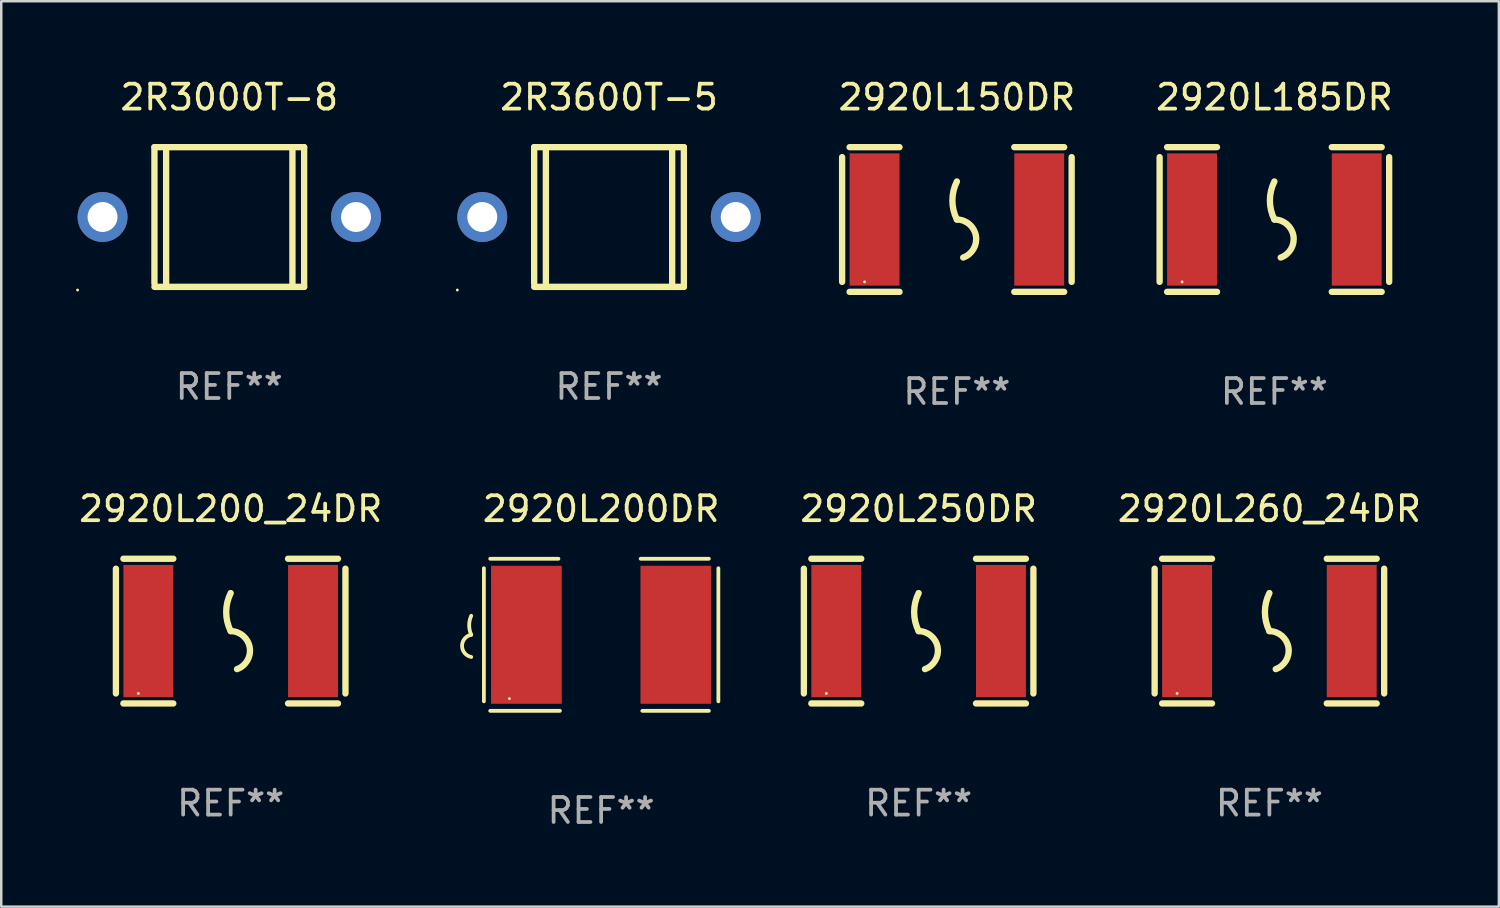
<source format=kicad_pcb>
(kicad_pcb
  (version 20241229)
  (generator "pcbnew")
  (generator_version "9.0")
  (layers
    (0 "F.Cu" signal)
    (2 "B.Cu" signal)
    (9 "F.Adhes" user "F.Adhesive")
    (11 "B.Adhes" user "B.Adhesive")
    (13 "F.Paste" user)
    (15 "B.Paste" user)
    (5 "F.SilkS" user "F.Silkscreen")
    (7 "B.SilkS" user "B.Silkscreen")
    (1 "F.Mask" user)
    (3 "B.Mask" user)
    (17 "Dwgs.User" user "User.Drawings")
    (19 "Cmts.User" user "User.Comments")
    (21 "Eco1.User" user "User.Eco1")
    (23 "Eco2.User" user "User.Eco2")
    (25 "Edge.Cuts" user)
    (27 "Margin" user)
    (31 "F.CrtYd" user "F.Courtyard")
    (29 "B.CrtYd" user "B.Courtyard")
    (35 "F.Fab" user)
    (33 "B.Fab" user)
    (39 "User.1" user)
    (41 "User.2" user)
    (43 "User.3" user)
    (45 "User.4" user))
  (footprint "2920L250DR"
    (layer "F.Cu")
    (at 33.77 22.245)
    (property "Reference" "2920L250DR" (at 0 -4.9 0) (layer "F.SilkS") (effects (font (size 1 1) (thickness 0.15))))
    (attr through_hole)
    (fp_line (start -4.6 -2.5) (end -4.6 2.5) (stroke (width 0.254) (type solid)) (layer "F.SilkS"))
    (fp_line (start -4.3 -2.9) (end -2.3 -2.9) (stroke (width 0.254) (type solid)) (layer "F.SilkS"))
    (fp_line (start -4.3 2.9) (end -2.3 2.9) (stroke (width 0.254) (type solid)) (layer "F.SilkS"))
    (fp_line (start 2.3 -2.9) (end 4.3 -2.9) (stroke (width 0.254) (type solid)) (layer "F.SilkS"))
    (fp_line (start 2.3 2.9) (end 4.3 2.9) (stroke (width 0.254) (type solid)) (layer "F.SilkS"))
    (fp_line (start 4.6 -2.5) (end 4.6 2.5) (stroke (width 0.254) (type solid)) (layer "F.SilkS"))
    (fp_arc (start 0 0) (mid -0.179884 -0.762002) (end 0 -1.524003) (stroke (width 0.254001) (type solid)) (layer "F.SilkS"))
    (fp_arc (start 0 0) (mid 0.763086 0.655987) (end 0.254001 1.524003) (stroke (width 0.254001) (type solid)) (layer "F.SilkS"))
    (fp_circle (center -3.7 2.5) (end -3.67 2.5) (stroke (width 0.06) (type solid)) (fill no) (layer "F.SilkS"))
    (fp_text user "REF**" (at 0 6.9 0) (layer "F.Fab") (effects (font (size 1 1) (thickness 0.15))))
    (pad "1" smd rect (at -3.3 0) (size 2 5.3) (layers "F.Cu" "F.Mask" "F.Paste"))
    (pad "2" smd rect (at 3.3 0) (size 2 5.3) (layers "F.Cu" "F.Mask" "F.Paste")))
  (footprint "2920L200DR"
    (layer "F.Cu")
    (at 21.044 22.393)
    (property "Reference" "2920L200DR" (at 0 -5.048 0) (layer "F.SilkS") (effects (font (size 1 1) (thickness 0.15))))
    (attr through_hole)
    (fp_line (start -4.699 -2.667) (end -4.699 2.667) (stroke (width 0.152) (type solid)) (layer "F.SilkS"))
    (fp_line (start -4.445 -3.048) (end -1.712 -3.048) (stroke (width 0.152) (type solid)) (layer "F.SilkS"))
    (fp_line (start -1.651 3.048) (end -4.445 3.048) (stroke (width 0.152) (type solid)) (layer "F.SilkS"))
    (fp_line (start 1.651 3.048) (end 4.318 3.048) (stroke (width 0.152) (type solid)) (layer "F.SilkS"))
    (fp_line (start 4.318 -3.048) (end 1.585 -3.048) (stroke (width 0.152) (type solid)) (layer "F.SilkS"))
    (fp_line (start 4.699 -2.667) (end 4.699 2.667) (stroke (width 0.152) (type solid)) (layer "F.SilkS"))
    (fp_arc (start -5.20701 0) (mid -5.288646 -0.381001) (end -5.20701 -0.762002) (stroke (width 0.151994) (type solid)) (layer "F.SilkS"))
    (fp_arc (start -5.20701 0.889002) (mid -5.574698 0.444501) (end -5.20701 0) (stroke (width 0.151994) (type solid)) (layer "F.SilkS"))
    (fp_circle (center -3.677 2.56) (end -3.647 2.56) (stroke (width 0.06) (type solid)) (fill no) (layer "F.SilkS"))
    (fp_text user "REF**" (at 0 7.048 0) (layer "F.Fab") (effects (font (size 1 1) (thickness 0.15))))
    (pad "1" smd rect (at -2.995 0) (size 2.835 5.53) (layers "F.Cu" "F.Mask" "F.Paste"))
    (pad "2" smd rect (at 2.995 0) (size 2.835 5.53) (layers "F.Cu" "F.Mask" "F.Paste")))
  (footprint "2R3600T-5"
    (layer "F.Cu")
    (at 21.36 5.648)
    (property "Reference" "2R3600T-5" (at 0 -4.8 0) (layer "F.SilkS") (effects (font (size 1 1) (thickness 0.15))))
    (attr through_hole)
    (fp_line (start -3 -2.8) (end -3 2.667) (stroke (width 0.254) (type solid)) (layer "F.SilkS"))
    (fp_line (start -3 -2.8) (end 3 -2.8) (stroke (width 0.254) (type solid)) (layer "F.SilkS"))
    (fp_line (start -3 2.8) (end 3 2.8) (stroke (width 0.254) (type solid)) (layer "F.SilkS"))
    (fp_line (start -2.531 -2.8) (end -2.531 2.8) (stroke (width 0.254) (type solid)) (layer "F.SilkS"))
    (fp_line (start 2.531 -2.8) (end 2.531 2.8) (stroke (width 0.254) (type solid)) (layer "F.SilkS"))
    (fp_line (start 3 -2.8) (end 3 2.8) (stroke (width 0.254) (type solid)) (layer "F.SilkS"))
    (fp_circle (center -6.08 2.927) (end -6.05 2.927) (stroke (width 0.06) (type solid)) (fill no) (layer "F.SilkS"))
    (fp_text user "REF**" (at 0 6.8 0) (layer "F.Fab") (effects (font (size 1 1) (thickness 0.15))))
    (pad "1" thru_hole circle (at -5.08 0) (size 2 2) (drill 1.2) (layers "*.Cu" "*.Mask"))
    (pad "2" thru_hole circle (at 5.08 0) (size 2 2) (drill 1.2) (layers "*.Cu" "*.Mask")))
  (footprint "2920L260_24DR"
    (layer "F.Cu")
    (at 47.829 22.245)
    (property "Reference" "2920L260_24DR" (at 0 -4.9 0) (layer "F.SilkS") (effects (font (size 1 1) (thickness 0.15))))
    (attr through_hole)
    (fp_line (start -4.6 -2.5) (end -4.6 2.5) (stroke (width 0.254) (type solid)) (layer "F.SilkS"))
    (fp_line (start -4.3 -2.9) (end -2.3 -2.9) (stroke (width 0.254) (type solid)) (layer "F.SilkS"))
    (fp_line (start -4.3 2.9) (end -2.3 2.9) (stroke (width 0.254) (type solid)) (layer "F.SilkS"))
    (fp_line (start 2.3 -2.9) (end 4.3 -2.9) (stroke (width 0.254) (type solid)) (layer "F.SilkS"))
    (fp_line (start 2.3 2.9) (end 4.3 2.9) (stroke (width 0.254) (type solid)) (layer "F.SilkS"))
    (fp_line (start 4.6 -2.5) (end 4.6 2.5) (stroke (width 0.254) (type solid)) (layer "F.SilkS"))
    (fp_arc (start 0 0) (mid -0.179884 -0.762002) (end 0 -1.524003) (stroke (width 0.254001) (type solid)) (layer "F.SilkS"))
    (fp_arc (start 0 0) (mid 0.763086 0.655987) (end 0.254001 1.524003) (stroke (width 0.254001) (type solid)) (layer "F.SilkS"))
    (fp_circle (center -3.7 2.5) (end -3.67 2.5) (stroke (width 0.06) (type solid)) (fill no) (layer "F.SilkS"))
    (fp_text user "REF**" (at 0 6.9 0) (layer "F.Fab") (effects (font (size 1 1) (thickness 0.15))))
    (pad "1" smd rect (at -3.3 0) (size 2 5.3) (layers "F.Cu" "F.Mask" "F.Paste"))
    (pad "2" smd rect (at 3.3 0) (size 2 5.3) (layers "F.Cu" "F.Mask" "F.Paste")))
  (footprint "2920L200_24DR"
    (layer "F.Cu")
    (at 6.196 22.245)
    (property "Reference" "2920L200_24DR" (at 0 -4.9 0) (layer "F.SilkS") (effects (font (size 1 1) (thickness 0.15))))
    (attr through_hole)
    (fp_line (start -4.6 -2.5) (end -4.6 2.5) (stroke (width 0.254) (type solid)) (layer "F.SilkS"))
    (fp_line (start -4.3 -2.9) (end -2.3 -2.9) (stroke (width 0.254) (type solid)) (layer "F.SilkS"))
    (fp_line (start -4.3 2.9) (end -2.3 2.9) (stroke (width 0.254) (type solid)) (layer "F.SilkS"))
    (fp_line (start 2.3 -2.9) (end 4.3 -2.9) (stroke (width 0.254) (type solid)) (layer "F.SilkS"))
    (fp_line (start 2.3 2.9) (end 4.3 2.9) (stroke (width 0.254) (type solid)) (layer "F.SilkS"))
    (fp_line (start 4.6 -2.5) (end 4.6 2.5) (stroke (width 0.254) (type solid)) (layer "F.SilkS"))
    (fp_arc (start 0 0) (mid -0.179884 -0.762002) (end 0 -1.524003) (stroke (width 0.254001) (type solid)) (layer "F.SilkS"))
    (fp_arc (start 0 0) (mid 0.763086 0.655987) (end 0.254001 1.524003) (stroke (width 0.254001) (type solid)) (layer "F.SilkS"))
    (fp_circle (center -3.7 2.5) (end -3.67 2.5) (stroke (width 0.06) (type solid)) (fill no) (layer "F.SilkS"))
    (fp_text user "REF**" (at 0 6.9 0) (layer "F.Fab") (effects (font (size 1 1) (thickness 0.15))))
    (pad "1" smd rect (at -3.3 0) (size 2 5.3) (layers "F.Cu" "F.Mask" "F.Paste"))
    (pad "2" smd rect (at 3.3 0) (size 2 5.3) (layers "F.Cu" "F.Mask" "F.Paste")))
  (footprint "2920L185DR"
    (layer "F.Cu")
    (at 48.029 5.748)
    (property "Reference" "2920L185DR" (at 0 -4.9 0) (layer "F.SilkS") (effects (font (size 1 1) (thickness 0.15))))
    (attr through_hole)
    (fp_line (start -4.6 -2.5) (end -4.6 2.5) (stroke (width 0.254) (type solid)) (layer "F.SilkS"))
    (fp_line (start -4.3 -2.9) (end -2.3 -2.9) (stroke (width 0.254) (type solid)) (layer "F.SilkS"))
    (fp_line (start -4.3 2.9) (end -2.3 2.9) (stroke (width 0.254) (type solid)) (layer "F.SilkS"))
    (fp_line (start 2.3 -2.9) (end 4.3 -2.9) (stroke (width 0.254) (type solid)) (layer "F.SilkS"))
    (fp_line (start 2.3 2.9) (end 4.3 2.9) (stroke (width 0.254) (type solid)) (layer "F.SilkS"))
    (fp_line (start 4.6 -2.5) (end 4.6 2.5) (stroke (width 0.254) (type solid)) (layer "F.SilkS"))
    (fp_arc (start 0 0) (mid -0.179884 -0.762002) (end 0 -1.524003) (stroke (width 0.254001) (type solid)) (layer "F.SilkS"))
    (fp_arc (start 0 0) (mid 0.763086 0.655987) (end 0.254001 1.524003) (stroke (width 0.254001) (type solid)) (layer "F.SilkS"))
    (fp_circle (center -3.7 2.5) (end -3.67 2.5) (stroke (width 0.06) (type solid)) (fill no) (layer "F.SilkS"))
    (fp_text user "REF**" (at 0 6.9 0) (layer "F.Fab") (effects (font (size 1 1) (thickness 0.15))))
    (pad "1" smd rect (at -3.3 0) (size 2 5.3) (layers "F.Cu" "F.Mask" "F.Paste"))
    (pad "2" smd rect (at 3.3 0) (size 2 5.3) (layers "F.Cu" "F.Mask" "F.Paste")))
  (footprint "2R3000T-8"
    (layer "F.Cu")
    (at 6.14 5.648)
    (property "Reference" "2R3000T-8" (at 0 -4.8 0) (layer "F.SilkS") (effects (font (size 1 1) (thickness 0.15))))
    (attr through_hole)
    (fp_line (start -3 -2.8) (end -3 2.667) (stroke (width 0.254) (type solid)) (layer "F.SilkS"))
    (fp_line (start -3 -2.8) (end 3 -2.8) (stroke (width 0.254) (type solid)) (layer "F.SilkS"))
    (fp_line (start -3 2.8) (end 3 2.8) (stroke (width 0.254) (type solid)) (layer "F.SilkS"))
    (fp_line (start -2.531 -2.8) (end -2.531 2.8) (stroke (width 0.254) (type solid)) (layer "F.SilkS"))
    (fp_line (start 2.531 -2.8) (end 2.531 2.8) (stroke (width 0.254) (type solid)) (layer "F.SilkS"))
    (fp_line (start 3 -2.8) (end 3 2.8) (stroke (width 0.254) (type solid)) (layer "F.SilkS"))
    (fp_circle (center -6.08 2.927) (end -6.05 2.927) (stroke (width 0.06) (type solid)) (fill no) (layer "F.SilkS"))
    (fp_text user "REF**" (at 0 6.8 0) (layer "F.Fab") (effects (font (size 1 1) (thickness 0.15))))
    (pad "1" thru_hole circle (at -5.08 0) (size 2 2) (drill 1.2) (layers "*.Cu" "*.Mask"))
    (pad "2" thru_hole circle (at 5.08 0) (size 2 2) (drill 1.2) (layers "*.Cu" "*.Mask")))
  (footprint "2920L150DR"
    (layer "F.Cu")
    (at 35.303 5.748)
    (property "Reference" "2920L150DR" (at 0 -4.9 0) (layer "F.SilkS") (effects (font (size 1 1) (thickness 0.15))))
    (attr through_hole)
    (fp_line (start -4.6 -2.5) (end -4.6 2.5) (stroke (width 0.254) (type solid)) (layer "F.SilkS"))
    (fp_line (start -4.3 -2.9) (end -2.3 -2.9) (stroke (width 0.254) (type solid)) (layer "F.SilkS"))
    (fp_line (start -4.3 2.9) (end -2.3 2.9) (stroke (width 0.254) (type solid)) (layer "F.SilkS"))
    (fp_line (start 2.3 -2.9) (end 4.3 -2.9) (stroke (width 0.254) (type solid)) (layer "F.SilkS"))
    (fp_line (start 2.3 2.9) (end 4.3 2.9) (stroke (width 0.254) (type solid)) (layer "F.SilkS"))
    (fp_line (start 4.6 -2.5) (end 4.6 2.5) (stroke (width 0.254) (type solid)) (layer "F.SilkS"))
    (fp_arc (start 0 0) (mid -0.179884 -0.762002) (end 0 -1.524003) (stroke (width 0.254001) (type solid)) (layer "F.SilkS"))
    (fp_arc (start 0 0) (mid 0.763086 0.655987) (end 0.254001 1.524003) (stroke (width 0.254001) (type solid)) (layer "F.SilkS"))
    (fp_circle (center -3.7 2.5) (end -3.67 2.5) (stroke (width 0.06) (type solid)) (fill no) (layer "F.SilkS"))
    (fp_text user "REF**" (at 0 6.9 0) (layer "F.Fab") (effects (font (size 1 1) (thickness 0.15))))
    (pad "1" smd rect (at -3.3 0) (size 2 5.3) (layers "F.Cu" "F.Mask" "F.Paste"))
    (pad "2" smd rect (at 3.3 0) (size 2 5.3) (layers "F.Cu" "F.Mask" "F.Paste")))
  (gr_rect
    (start -3 -3)
    (end 57.026 33.289)
    (stroke (width 0.1) (type default))
    (fill no)
    (layer "Edge.Cuts")))
</source>
